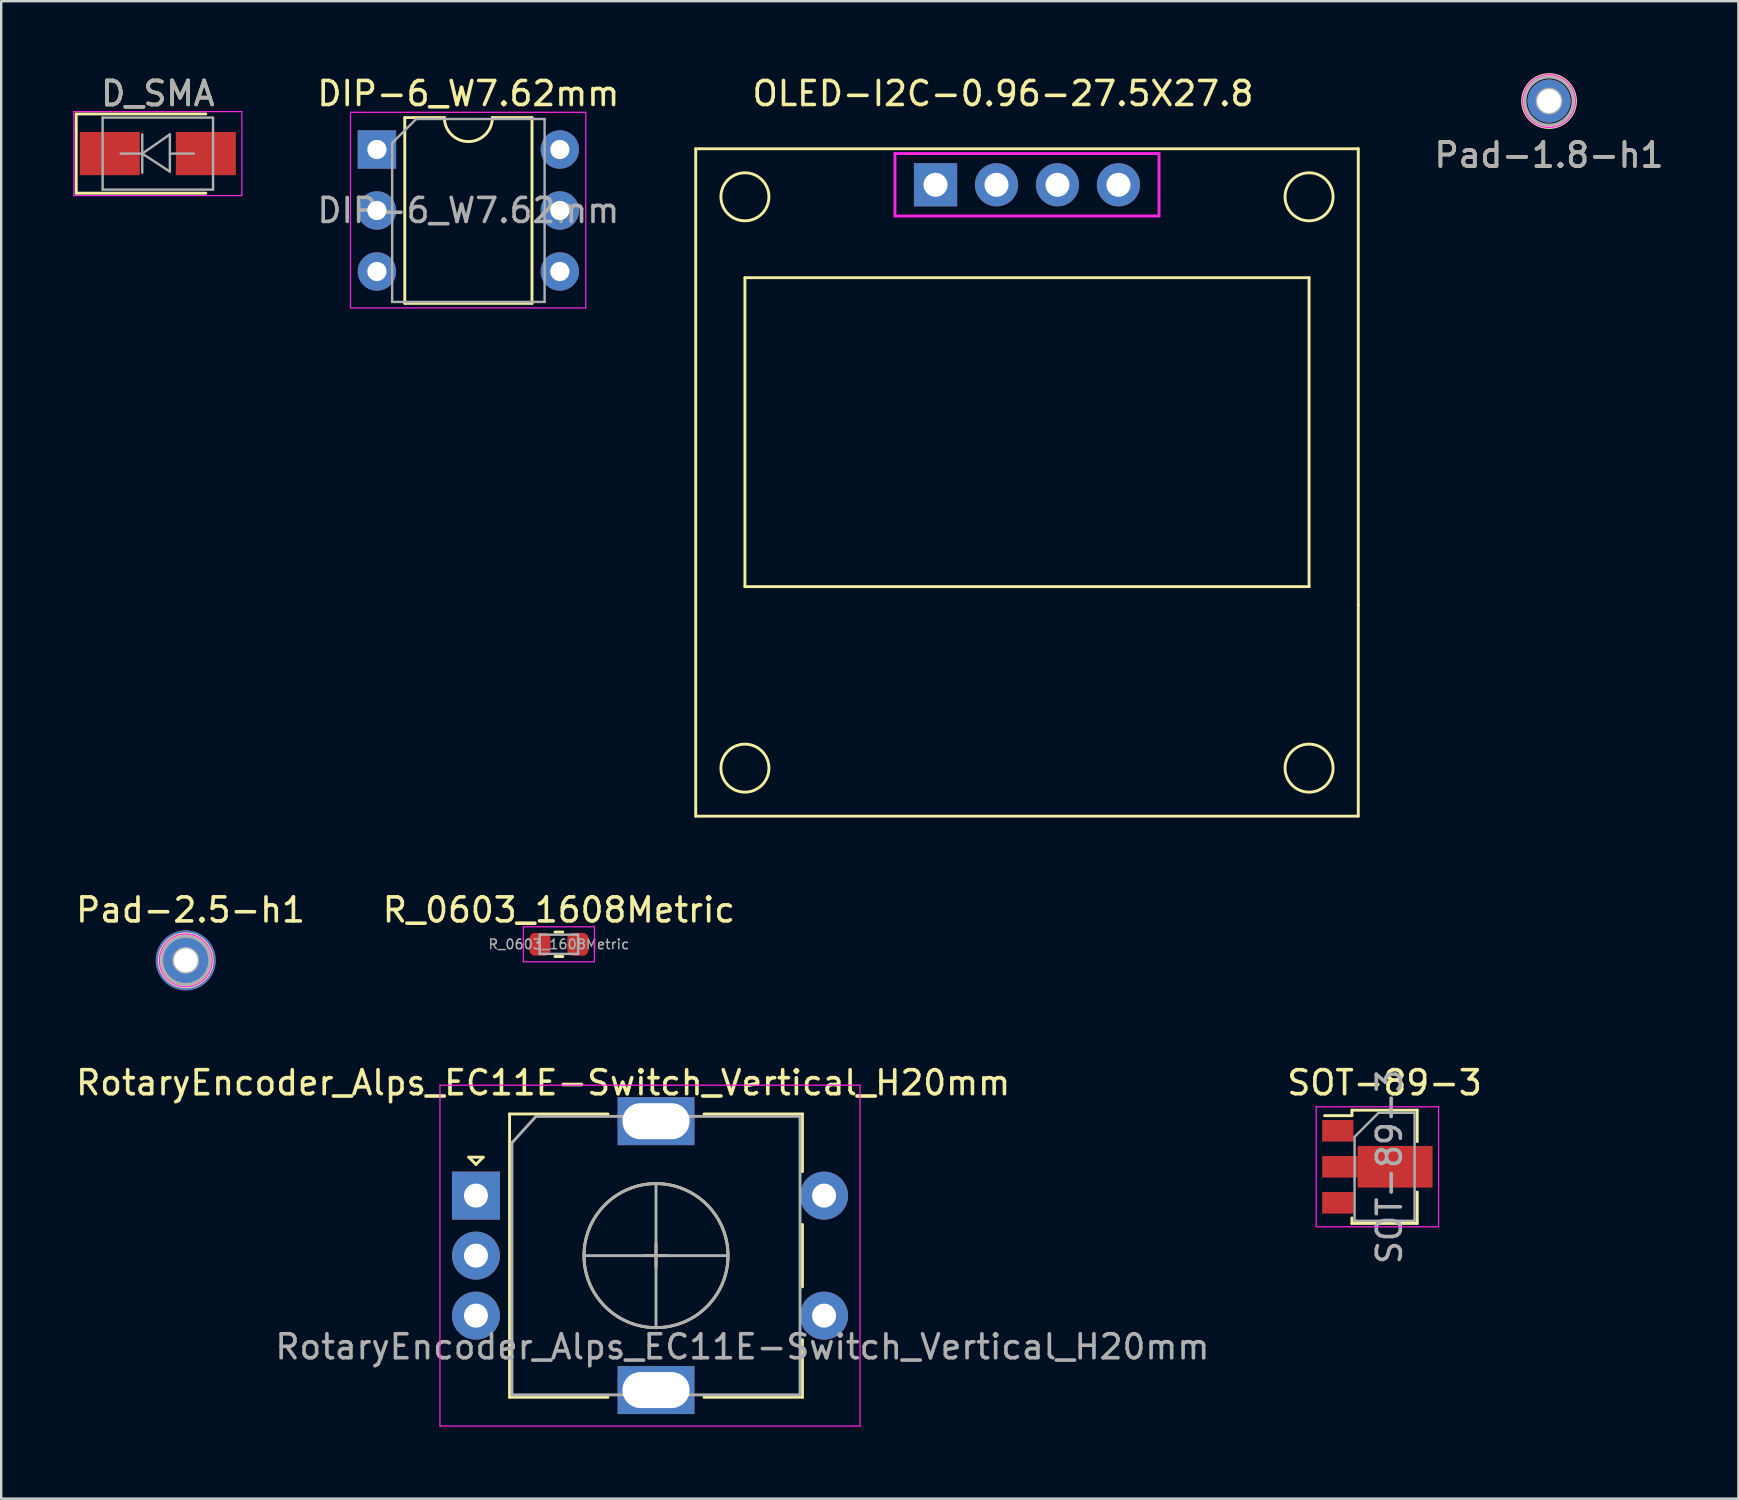
<source format=kicad_pcb>
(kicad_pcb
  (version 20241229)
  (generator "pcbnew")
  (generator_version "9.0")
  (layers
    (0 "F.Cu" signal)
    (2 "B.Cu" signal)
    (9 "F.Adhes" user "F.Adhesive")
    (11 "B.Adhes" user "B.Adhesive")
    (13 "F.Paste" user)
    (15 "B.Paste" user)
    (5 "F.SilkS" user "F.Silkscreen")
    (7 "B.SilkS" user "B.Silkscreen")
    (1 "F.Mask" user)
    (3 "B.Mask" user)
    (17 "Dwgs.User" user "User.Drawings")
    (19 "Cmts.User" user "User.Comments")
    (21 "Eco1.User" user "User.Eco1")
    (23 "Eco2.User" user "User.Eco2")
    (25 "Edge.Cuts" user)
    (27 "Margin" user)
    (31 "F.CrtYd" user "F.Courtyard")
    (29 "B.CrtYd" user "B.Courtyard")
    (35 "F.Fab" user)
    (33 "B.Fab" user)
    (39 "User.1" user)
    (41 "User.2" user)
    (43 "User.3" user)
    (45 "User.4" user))
  (footprint "OLED-I2C-0.96-27.5X27.8"
    (layer "F.Cu")
    (at 39.731 3.148)
    (property "Reference" "OLED-I2C-0.96-27.5X27.8" (at -1 -2.3 0) (layer "F.SilkS") (effects (font (size 1 1) (thickness 0.15))))
    (attr through_hole)
    (fp_line (start -13.8 0) (end 13.8 0) (stroke (width 0.12) (type solid)) (layer "F.SilkS"))
    (fp_line (start -13.8 27.8) (end -13.8 0) (stroke (width 0.12) (type solid)) (layer "F.SilkS"))
    (fp_line (start -11.75 5.37) (end -11.75 18.24) (stroke (width 0.12) (type solid)) (layer "F.SilkS"))
    (fp_line (start -11.75 5.37) (end 11.75 5.37) (stroke (width 0.12) (type solid)) (layer "F.SilkS"))
    (fp_line (start 11.75 5.37) (end 11.75 18.24) (stroke (width 0.12) (type solid)) (layer "F.SilkS"))
    (fp_line (start 11.75 18.24) (end -11.75 18.24) (stroke (width 0.12) (type solid)) (layer "F.SilkS"))
    (fp_line (start 13.8 0) (end 13.8 19) (stroke (width 0.12) (type solid)) (layer "F.SilkS"))
    (fp_line (start 13.8 19) (end 13.8 27.8) (stroke (width 0.12) (type solid)) (layer "F.SilkS"))
    (fp_line (start 13.8 27.8) (end -13.8 27.8) (stroke (width 0.12) (type solid)) (layer "F.SilkS"))
    (fp_circle (center -11.75 2) (end -10.75 2) (stroke (width 0.12) (type solid)) (fill no) (layer "F.SilkS"))
    (fp_circle (center -11.75 25.8) (end -10.75 25.8) (stroke (width 0.12) (type solid)) (fill no) (layer "F.SilkS"))
    (fp_circle (center 11.75 2) (end 12.75 2) (stroke (width 0.12) (type solid)) (fill no) (layer "F.SilkS"))
    (fp_circle (center 11.75 25.8) (end 12.75 25.8) (stroke (width 0.12) (type solid)) (fill no) (layer "F.SilkS"))
    (fp_line (start -5.5 0.2) (end 5.5 0.2) (stroke (width 0.12) (type solid)) (layer "F.CrtYd"))
    (fp_line (start -5.5 2.8) (end -5.5 0.2) (stroke (width 0.12) (type solid)) (layer "F.CrtYd"))
    (fp_line (start 5.5 0.2) (end 5.5 2.8) (stroke (width 0.12) (type solid)) (layer "F.CrtYd"))
    (fp_line (start 5.5 2.8) (end -5.5 2.8) (stroke (width 0.12) (type solid)) (layer "F.CrtYd"))
    (pad "1" thru_hole rect (at -3.81 1.5) (size 1.8 1.8) (drill 1) (layers "*.Cu" "*.Mask"))
    (pad "2" thru_hole circle (at -1.27 1.5) (size 1.8 1.8) (drill 1) (layers "*.Cu" "*.Mask"))
    (pad "3" thru_hole circle (at 1.27 1.5) (size 1.8 1.8) (drill 1) (layers "*.Cu" "*.Mask"))
    (pad "4" thru_hole circle (at 3.81 1.5) (size 1.8 1.8) (drill 1) (layers "*.Cu" "*.Mask")))
  (footprint "RotaryEncoder_Alps_EC11E-Switch_Vertical_H20mm"
    (layer "F.Cu")
    (at 16.777 46.755)
    (property "Reference" "RotaryEncoder_Alps_EC11E-Switch_Vertical_H20mm" (at 2.8 -4.7 0) (layer "F.SilkS") (effects (font (size 1 1) (thickness 0.15))))
    (attr through_hole)
    (fp_line (start -0.3 -1.6) (end 0.3 -1.6) (stroke (width 0.12) (type solid)) (layer "F.SilkS"))
    (fp_line (start 0 -1.3) (end -0.3 -1.6) (stroke (width 0.12) (type solid)) (layer "F.SilkS"))
    (fp_line (start 0.3 -1.6) (end 0 -1.3) (stroke (width 0.12) (type solid)) (layer "F.SilkS"))
    (fp_line (start 1.4 -3.4) (end 1.4 8.4) (stroke (width 0.12) (type solid)) (layer "F.SilkS"))
    (fp_line (start 5.5 -3.4) (end 1.4 -3.4) (stroke (width 0.12) (type solid)) (layer "F.SilkS"))
    (fp_line (start 5.5 8.4) (end 1.4 8.4) (stroke (width 0.12) (type solid)) (layer "F.SilkS"))
    (fp_line (start 7 2.5) (end 8 2.5) (stroke (width 0.12) (type solid)) (layer "F.SilkS"))
    (fp_line (start 7.5 2) (end 7.5 3) (stroke (width 0.12) (type solid)) (layer "F.SilkS"))
    (fp_line (start 9.5 -3.4) (end 13.6 -3.4) (stroke (width 0.12) (type solid)) (layer "F.SilkS"))
    (fp_line (start 13.6 -3.4) (end 13.6 -1) (stroke (width 0.12) (type solid)) (layer "F.SilkS"))
    (fp_line (start 13.6 1.2) (end 13.6 3.8) (stroke (width 0.12) (type solid)) (layer "F.SilkS"))
    (fp_line (start 13.6 6) (end 13.6 8.4) (stroke (width 0.12) (type solid)) (layer "F.SilkS"))
    (fp_line (start 13.6 8.4) (end 9.5 8.4) (stroke (width 0.12) (type solid)) (layer "F.SilkS"))
    (fp_circle (center 7.5 2.5) (end 10.5 2.5) (stroke (width 0.12) (type solid)) (fill no) (layer "F.SilkS"))
    (fp_line (start -1.5 -4.6) (end -1.5 9.6) (stroke (width 0.05) (type solid)) (layer "F.CrtYd"))
    (fp_line (start -1.5 -4.6) (end 16 -4.6) (stroke (width 0.05) (type solid)) (layer "F.CrtYd"))
    (fp_line (start 16 9.6) (end -1.5 9.6) (stroke (width 0.05) (type solid)) (layer "F.CrtYd"))
    (fp_line (start 16 9.6) (end 16 -4.6) (stroke (width 0.05) (type solid)) (layer "F.CrtYd"))
    (fp_line (start 1.5 -2.2) (end 2.5 -3.3) (stroke (width 0.12) (type solid)) (layer "F.Fab"))
    (fp_line (start 1.5 8.3) (end 1.5 -2.2) (stroke (width 0.12) (type solid)) (layer "F.Fab"))
    (fp_line (start 2.5 -3.3) (end 13.5 -3.3) (stroke (width 0.12) (type solid)) (layer "F.Fab"))
    (fp_line (start 4.5 2.5) (end 10.5 2.5) (stroke (width 0.12) (type solid)) (layer "F.Fab"))
    (fp_line (start 7.5 -0.5) (end 7.5 5.5) (stroke (width 0.12) (type solid)) (layer "F.Fab"))
    (fp_line (start 13.5 -3.3) (end 13.5 8.3) (stroke (width 0.12) (type solid)) (layer "F.Fab"))
    (fp_line (start 13.5 8.3) (end 1.5 8.3) (stroke (width 0.12) (type solid)) (layer "F.Fab"))
    (fp_circle (center 7.5 2.5) (end 10.5 2.5) (stroke (width 0.12) (type solid)) (fill no) (layer "F.Fab"))
    (fp_text user "${REFERENCE}" (at 11.1 6.3 0) (layer "F.Fab") (effects (font (size 1 1) (thickness 0.15))))
    (pad "A" thru_hole rect (at 0 0) (size 2 2) (drill 1) (layers "*.Cu" "*.Mask"))
    (pad "B" thru_hole circle (at 0 5) (size 2 2) (drill 1) (layers "*.Cu" "*.Mask"))
    (pad "C" thru_hole circle (at 0 2.5) (size 2 2) (drill 1) (layers "*.Cu" "*.Mask"))
    (pad "MP" thru_hole rect (at 7.5 -3.1) (size 3.2 2) (drill oval 2.8 1.5) (layers "*.Cu" "*.Mask"))
    (pad "MP" thru_hole rect (at 7.5 8.1) (size 3.2 2) (drill oval 2.8 1.5) (layers "*.Cu" "*.Mask"))
    (pad "S1" thru_hole circle (at 14.5 5) (size 2 2) (drill 1) (layers "*.Cu" "*.Mask"))
    (pad "S2" thru_hole circle (at 14.5 0) (size 2 2) (drill 1) (layers "*.Cu" "*.Mask")))
  (footprint "Pad-1.8-h1"
    (layer "F.Cu")
    (at 61.478 1.16)
    (property "Reference" "Pad-1.8-h1" (at 0 2.25 0) (layer "F.SilkS") (effects (font (size 1 1) (thickness 0.15))))
    (attr through_hole)
    (fp_circle (center 0 0) (end 1.1 0) (stroke (width 0.12) (type solid)) (fill no) (layer "F.SilkS"))
    (fp_circle (center 0 0) (end 1.1 0) (stroke (width 0.05) (type solid)) (fill no) (layer "F.CrtYd"))
    (fp_circle (center 0 0) (end 0.5 0) (stroke (width 0.12) (type solid)) (fill no) (layer "F.Fab"))
    (fp_circle (center 0 0) (end 1 0) (stroke (width 0.12) (type solid)) (fill no) (layer "F.Fab"))
    (fp_text user "${REFERENCE}" (at 0 2.25 0) (layer "F.Fab") (effects (font (size 1 1) (thickness 0.15))))
    (pad "1" thru_hole circle (at 0 0) (size 1.8 1.8) (drill 1) (layers "*.Cu" "*.Mask")))
  (footprint "Pad-2.5-h1"
    (layer "F.Cu")
    (at 4.687 36.956)
    (property "Reference" "Pad-2.5-h1" (at 0.2 -2.1 0) (layer "F.SilkS") (effects (font (size 1 1) (thickness 0.15))))
    (attr through_hole)
    (fp_circle (center 0 0) (end 1.1 0) (stroke (width 0.12) (type solid)) (fill no) (layer "F.SilkS"))
    (fp_circle (center 0 0) (end 1.1 0) (stroke (width 0.05) (type solid)) (fill no) (layer "F.CrtYd"))
    (fp_circle (center 0 0) (end 0.5 0) (stroke (width 0.12) (type solid)) (fill no) (layer "F.Fab"))
    (fp_circle (center 0 0) (end 1 0) (stroke (width 0.12) (type solid)) (fill no) (layer "F.Fab"))
    (pad "1" thru_hole circle (at 0 0) (size 2.5 2.5) (drill 1) (layers "*.Cu" "*.Mask")))
  (footprint "SOT-89-3"
    (layer "F.Cu")
    (at 54.327 45.555)
    (property "Reference" "SOT-89-3" (at 0.3 -3.5 0) (layer "F.SilkS") (effects (font (size 1 1) (thickness 0.15))))
    (attr smd)
    (fp_line (start -2.2 -2.13) (end -1.06 -2.13) (stroke (width 0.12) (type solid)) (layer "F.SilkS"))
    (fp_line (start -1.06 -2.36) (end -1.06 -2.13) (stroke (width 0.12) (type solid)) (layer "F.SilkS"))
    (fp_line (start -1.06 -2.36) (end 1.66 -2.36) (stroke (width 0.12) (type solid)) (layer "F.SilkS"))
    (fp_line (start -1.06 2.36) (end -1.06 2.13) (stroke (width 0.12) (type solid)) (layer "F.SilkS"))
    (fp_line (start 1.66 -2.36) (end 1.66 -1.05) (stroke (width 0.12) (type solid)) (layer "F.SilkS"))
    (fp_line (start 1.66 1.05) (end 1.66 2.36) (stroke (width 0.12) (type solid)) (layer "F.SilkS"))
    (fp_line (start 1.66 2.36) (end -1.06 2.36) (stroke (width 0.12) (type solid)) (layer "F.SilkS"))
    (fp_line (start -2.55 2.5) (end -2.55 -2.5) (stroke (width 0.05) (type solid)) (layer "F.CrtYd"))
    (fp_line (start -2.55 2.5) (end 2.55 2.5) (stroke (width 0.05) (type solid)) (layer "F.CrtYd"))
    (fp_line (start 2.55 -2.5) (end -2.55 -2.5) (stroke (width 0.05) (type solid)) (layer "F.CrtYd"))
    (fp_line (start 2.55 -2.5) (end 2.55 2.5) (stroke (width 0.05) (type solid)) (layer "F.CrtYd"))
    (fp_line (start -0.95 -1.25) (end 0.05 -2.25) (stroke (width 0.1) (type solid)) (layer "F.Fab"))
    (fp_line (start -0.95 2.25) (end -0.95 -1.25) (stroke (width 0.1) (type solid)) (layer "F.Fab"))
    (fp_line (start 0.05 -2.25) (end 1.55 -2.25) (stroke (width 0.1) (type solid)) (layer "F.Fab"))
    (fp_line (start 1.55 -2.25) (end 1.55 2.25) (stroke (width 0.1) (type solid)) (layer "F.Fab"))
    (fp_line (start 1.55 2.25) (end -0.95 2.25) (stroke (width 0.1) (type solid)) (layer "F.Fab"))
    (fp_text user "${REFERENCE}" (at 0.5 0 90) (layer "F.Fab") (effects (font (size 1 1) (thickness 0.15))))
    (pad "1" smd rect (at -1.65 -1.5) (size 1.3 0.9) (layers "F.Cu" "F.Mask" "F.Paste"))
    (pad "2" smd custom (at -1.562 0) (size 1.475 0.9) (layers "F.Cu" "F.Mask" "F.Paste") (options (anchor rect)) (primitives (gr_poly (pts (xy 0.738 -0.867) (xy 3.862 -0.867) (xy 3.862 0.867) (xy 0.738 0.867)) (width 0) (fill yes))))
    (pad "3" smd rect (at -1.65 1.5) (size 1.3 0.9) (layers "F.Cu" "F.Mask" "F.Paste")))
  (footprint "DIP-6_W7.62mm"
    (layer "F.Cu")
    (at 12.651 3.178)
    (property "Reference" "DIP-6_W7.62mm" (at 3.81 -2.33 0) (layer "F.SilkS") (effects (font (size 1 1) (thickness 0.15))))
    (attr through_hole)
    (fp_line (start 1.16 -1.33) (end 1.16 6.41) (stroke (width 0.12) (type solid)) (layer "F.SilkS"))
    (fp_line (start 1.16 6.41) (end 6.46 6.41) (stroke (width 0.12) (type solid)) (layer "F.SilkS"))
    (fp_line (start 2.81 -1.33) (end 1.16 -1.33) (stroke (width 0.12) (type solid)) (layer "F.SilkS"))
    (fp_line (start 6.46 -1.33) (end 4.81 -1.33) (stroke (width 0.12) (type solid)) (layer "F.SilkS"))
    (fp_line (start 6.46 6.41) (end 6.46 -1.33) (stroke (width 0.12) (type solid)) (layer "F.SilkS"))
    (fp_arc (start 4.81 -1.33) (mid 3.81 -0.33) (end 2.81 -1.33) (stroke (width 0.12) (type solid)) (layer "F.SilkS"))
    (fp_line (start -1.1 -1.55) (end -1.1 6.6) (stroke (width 0.05) (type solid)) (layer "F.CrtYd"))
    (fp_line (start -1.1 6.6) (end 8.7 6.6) (stroke (width 0.05) (type solid)) (layer "F.CrtYd"))
    (fp_line (start 8.7 -1.55) (end -1.1 -1.55) (stroke (width 0.05) (type solid)) (layer "F.CrtYd"))
    (fp_line (start 8.7 6.6) (end 8.7 -1.55) (stroke (width 0.05) (type solid)) (layer "F.CrtYd"))
    (fp_line (start 0.635 -0.27) (end 1.635 -1.27) (stroke (width 0.1) (type solid)) (layer "F.Fab"))
    (fp_line (start 0.635 6.35) (end 0.635 -0.27) (stroke (width 0.1) (type solid)) (layer "F.Fab"))
    (fp_line (start 1.635 -1.27) (end 6.985 -1.27) (stroke (width 0.1) (type solid)) (layer "F.Fab"))
    (fp_line (start 6.985 -1.27) (end 6.985 6.35) (stroke (width 0.1) (type solid)) (layer "F.Fab"))
    (fp_line (start 6.985 6.35) (end 0.635 6.35) (stroke (width 0.1) (type solid)) (layer "F.Fab"))
    (fp_text user "${REFERENCE}" (at 3.81 2.54 0) (layer "F.Fab") (effects (font (size 1 1) (thickness 0.15))))
    (pad "1" thru_hole rect (at 0 0) (size 1.6 1.6) (drill 0.8) (layers "*.Cu" "*.Mask"))
    (pad "2" thru_hole oval (at 0 2.54) (size 1.6 1.6) (drill 0.8) (layers "*.Cu" "*.Mask"))
    (pad "3" thru_hole oval (at 0 5.08) (size 1.6 1.6) (drill 0.8) (layers "*.Cu" "*.Mask"))
    (pad "4" thru_hole oval (at 7.62 5.08) (size 1.6 1.6) (drill 0.8) (layers "*.Cu" "*.Mask"))
    (pad "5" thru_hole oval (at 7.62 2.54) (size 1.6 1.6) (drill 0.8) (layers "*.Cu" "*.Mask"))
    (pad "6" thru_hole oval (at 7.62 0) (size 1.6 1.6) (drill 0.8) (layers "*.Cu" "*.Mask")))
  (footprint "R_0603_1608Metric"
    (layer "F.Cu")
    (at 20.232 36.286)
    (property "Reference" "R_0603_1608Metric" (at 0 -1.43 0) (layer "F.SilkS") (effects (font (size 1 1) (thickness 0.15))))
    (attr smd)
    (fp_line (start -0.163 -0.51) (end 0.163 -0.51) (stroke (width 0.12) (type solid)) (layer "F.SilkS"))
    (fp_line (start -0.163 0.51) (end 0.163 0.51) (stroke (width 0.12) (type solid)) (layer "F.SilkS"))
    (fp_line (start -1.48 -0.73) (end 1.48 -0.73) (stroke (width 0.05) (type solid)) (layer "F.CrtYd"))
    (fp_line (start -1.48 0.73) (end -1.48 -0.73) (stroke (width 0.05) (type solid)) (layer "F.CrtYd"))
    (fp_line (start 1.48 -0.73) (end 1.48 0.73) (stroke (width 0.05) (type solid)) (layer "F.CrtYd"))
    (fp_line (start 1.48 0.73) (end -1.48 0.73) (stroke (width 0.05) (type solid)) (layer "F.CrtYd"))
    (fp_line (start -0.8 -0.4) (end 0.8 -0.4) (stroke (width 0.1) (type solid)) (layer "F.Fab"))
    (fp_line (start -0.8 0.4) (end -0.8 -0.4) (stroke (width 0.1) (type solid)) (layer "F.Fab"))
    (fp_line (start 0.8 -0.4) (end 0.8 0.4) (stroke (width 0.1) (type solid)) (layer "F.Fab"))
    (fp_line (start 0.8 0.4) (end -0.8 0.4) (stroke (width 0.1) (type solid)) (layer "F.Fab"))
    (fp_text user "${REFERENCE}" (at 0 0 0) (layer "F.Fab") (effects (font (size 0.4 0.4) (thickness 0.06))))
    (pad "1" smd roundrect (at -0.787 0) (size 0.875 0.95) (layers "F.Cu" "F.Mask" "F.Paste") (roundrect_rratio 0.25))
    (pad "2" smd roundrect (at 0.787 0) (size 0.875 0.95) (layers "F.Cu" "F.Mask" "F.Paste") (roundrect_rratio 0.25)))
  (footprint "D_SMA"
    (layer "F.Cu")
    (at 3.525 3.348)
    (property "Reference" "D_SMA" (at 0 -2.5 0) (layer "F.SilkS") (effects (font (size 1 1) (thickness 0.15))))
    (attr smd)
    (fp_line (start -3.4 -1.65) (end -3.4 1.65) (stroke (width 0.12) (type solid)) (layer "F.SilkS"))
    (fp_line (start -3.4 -1.65) (end 2 -1.65) (stroke (width 0.12) (type solid)) (layer "F.SilkS"))
    (fp_line (start -3.4 1.65) (end 2 1.65) (stroke (width 0.12) (type solid)) (layer "F.SilkS"))
    (fp_line (start -3.5 -1.75) (end 3.5 -1.75) (stroke (width 0.05) (type solid)) (layer "F.CrtYd"))
    (fp_line (start -3.5 1.75) (end -3.5 -1.75) (stroke (width 0.05) (type solid)) (layer "F.CrtYd"))
    (fp_line (start 3.5 -1.75) (end 3.5 1.75) (stroke (width 0.05) (type solid)) (layer "F.CrtYd"))
    (fp_line (start 3.5 1.75) (end -3.5 1.75) (stroke (width 0.05) (type solid)) (layer "F.CrtYd"))
    (fp_line (start -2.3 1.5) (end -2.3 -1.5) (stroke (width 0.1) (type solid)) (layer "F.Fab"))
    (fp_line (start -0.649 -0.799) (end -0.649 0.801) (stroke (width 0.1) (type solid)) (layer "F.Fab"))
    (fp_line (start -0.649 0.001) (end -1.551 0.001) (stroke (width 0.1) (type solid)) (layer "F.Fab"))
    (fp_line (start -0.649 0.001) (end 0.501 -0.799) (stroke (width 0.1) (type solid)) (layer "F.Fab"))
    (fp_line (start -0.649 0.001) (end 0.501 0.75) (stroke (width 0.1) (type solid)) (layer "F.Fab"))
    (fp_line (start 0.501 0.001) (end 1.499 0.001) (stroke (width 0.1) (type solid)) (layer "F.Fab"))
    (fp_line (start 0.501 0.75) (end 0.501 -0.799) (stroke (width 0.1) (type solid)) (layer "F.Fab"))
    (fp_line (start 2.3 -1.5) (end -2.3 -1.5) (stroke (width 0.1) (type solid)) (layer "F.Fab"))
    (fp_line (start 2.3 -1.5) (end 2.3 1.5) (stroke (width 0.1) (type solid)) (layer "F.Fab"))
    (fp_line (start 2.3 1.5) (end -2.3 1.5) (stroke (width 0.1) (type solid)) (layer "F.Fab"))
    (fp_text user "${REFERENCE}" (at 0 -2.5 0) (layer "F.Fab") (effects (font (size 1 1) (thickness 0.15))))
    (pad "1" smd rect (at -2 0) (size 2.5 1.8) (layers "F.Cu" "F.Mask" "F.Paste"))
    (pad "2" smd rect (at 2 0) (size 2.5 1.8) (layers "F.Cu" "F.Mask" "F.Paste")))
  (gr_rect
    (start -3 -3)
    (end 69.365 59.38)
    (stroke (width 0.1) (type default))
    (fill no)
    (layer "Edge.Cuts")))
</source>
